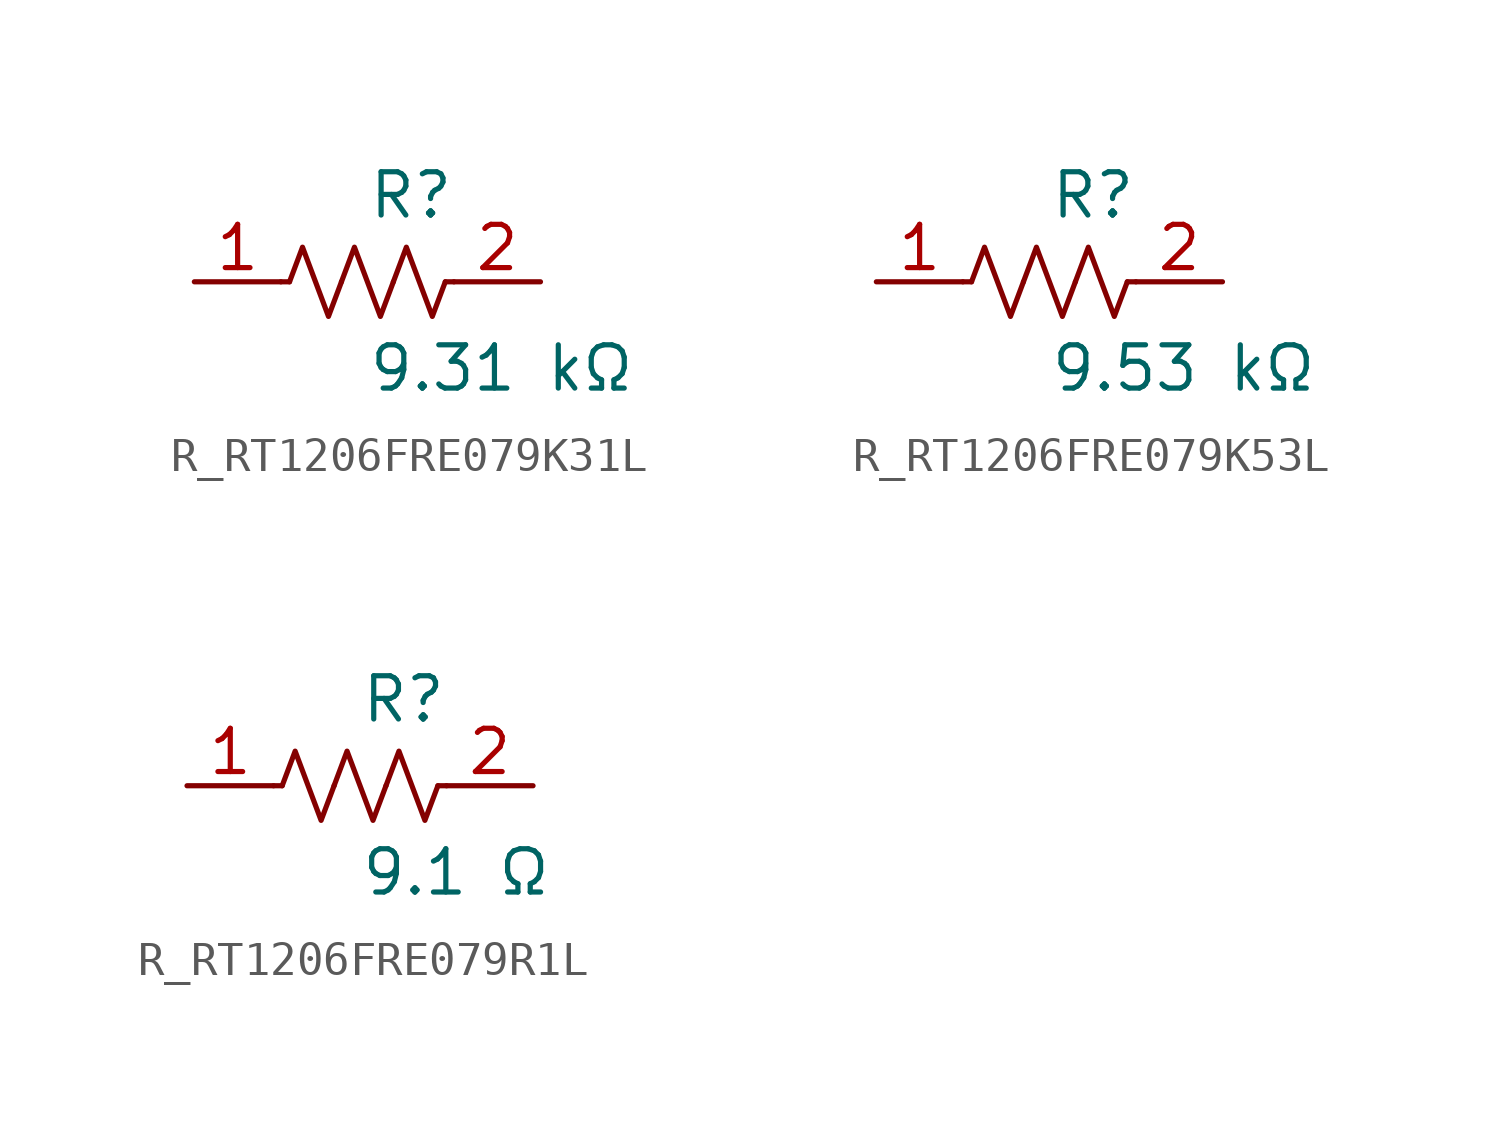
<source format=kicad_sym>
(kicad_symbol_lib
  (version 20231120)
  (generator kicad_symbol_editor)
  (generator_version 8.0)
  (symbol "R_RT1206FRE079K31L"
    (pin_names
      (offset 0.254))
    (property "Reference" "R"
      (at 0 2.54 0)
      (effects (font (size 1.27 1.27)) (justify left)))
    (property "Value" "9.31 kΩ"
      (at 0 -2.54 0)
      (effects (font (size 1.27 1.27)) (justify left)))
    (symbol "R_RT1206FRE079K31L_0_1"
      (polyline (pts (xy 2.286 0) (xy 2.54 0)) (stroke (width 0) (type default)) (fill (type none)))
      (polyline (pts (xy -2.286 0) (xy -2.54 0)) (stroke (width 0) (type default)) (fill (type none)))
      (polyline (pts (xy 0.762 0) (xy 1.143 1.016) (xy 1.524 0) (xy 1.905 -1.016) (xy 2.286 0)) (stroke (width 0) (type default)) (fill (type none)))
      (polyline (pts (xy -0.762 0) (xy -0.381 1.016) (xy 0 0) (xy 0.381 -1.016) (xy 0.762 0)) (stroke (width 0) (type default)) (fill (type none)))
      (polyline (pts (xy -2.286 0) (xy -1.905 1.016) (xy -1.524 0) (xy -1.143 -1.016) (xy -0.762 0)) (stroke (width 0) (type default)) (fill (type none))))
    (pin unspecified line
      (at -5.08 0 0)
      (length 2.54)
      (name "" (effects (font (size 1.27 1.27))))
      (number "1" (effects (font (size 1.27 1.27)))))
    (pin unspecified line
      (at 5.08 0 180)
      (length 2.54)
      (name "" (effects (font (size 1.27 1.27))))
      (number "2" (effects (font (size 1.27 1.27))))))
  (symbol "R_RT1206FRE079K53L"
    (pin_names
      (offset 0.254))
    (property "Reference" "R"
      (at 0 2.54 0)
      (effects (font (size 1.27 1.27)) (justify left)))
    (property "Value" "9.53 kΩ"
      (at 0 -2.54 0)
      (effects (font (size 1.27 1.27)) (justify left)))
    (symbol "R_RT1206FRE079K53L_0_1"
      (polyline (pts (xy 2.286 0) (xy 2.54 0)) (stroke (width 0) (type default)) (fill (type none)))
      (polyline (pts (xy -2.286 0) (xy -2.54 0)) (stroke (width 0) (type default)) (fill (type none)))
      (polyline (pts (xy 0.762 0) (xy 1.143 1.016) (xy 1.524 0) (xy 1.905 -1.016) (xy 2.286 0)) (stroke (width 0) (type default)) (fill (type none)))
      (polyline (pts (xy -0.762 0) (xy -0.381 1.016) (xy 0 0) (xy 0.381 -1.016) (xy 0.762 0)) (stroke (width 0) (type default)) (fill (type none)))
      (polyline (pts (xy -2.286 0) (xy -1.905 1.016) (xy -1.524 0) (xy -1.143 -1.016) (xy -0.762 0)) (stroke (width 0) (type default)) (fill (type none))))
    (pin unspecified line
      (at -5.08 0 0)
      (length 2.54)
      (name "" (effects (font (size 1.27 1.27))))
      (number "1" (effects (font (size 1.27 1.27)))))
    (pin unspecified line
      (at 5.08 0 180)
      (length 2.54)
      (name "" (effects (font (size 1.27 1.27))))
      (number "2" (effects (font (size 1.27 1.27))))))
  (symbol "R_RT1206FRE079R1L"
    (pin_names
      (offset 0.254))
    (property "Reference" "R"
      (at 0 2.54 0)
      (effects (font (size 1.27 1.27)) (justify left)))
    (property "Value" "9.1 Ω"
      (at 0 -2.54 0)
      (effects (font (size 1.27 1.27)) (justify left)))
    (symbol "R_RT1206FRE079R1L_0_1"
      (polyline (pts (xy 2.286 0) (xy 2.54 0)) (stroke (width 0) (type default)) (fill (type none)))
      (polyline (pts (xy -2.286 0) (xy -2.54 0)) (stroke (width 0) (type default)) (fill (type none)))
      (polyline (pts (xy 0.762 0) (xy 1.143 1.016) (xy 1.524 0) (xy 1.905 -1.016) (xy 2.286 0)) (stroke (width 0) (type default)) (fill (type none)))
      (polyline (pts (xy -0.762 0) (xy -0.381 1.016) (xy 0 0) (xy 0.381 -1.016) (xy 0.762 0)) (stroke (width 0) (type default)) (fill (type none)))
      (polyline (pts (xy -2.286 0) (xy -1.905 1.016) (xy -1.524 0) (xy -1.143 -1.016) (xy -0.762 0)) (stroke (width 0) (type default)) (fill (type none))))
    (pin unspecified line
      (at -5.08 0 0)
      (length 2.54)
      (name "" (effects (font (size 1.27 1.27))))
      (number "1" (effects (font (size 1.27 1.27)))))
    (pin unspecified line
      (at 5.08 0 180)
      (length 2.54)
      (name "" (effects (font (size 1.27 1.27))))
      (number "2" (effects (font (size 1.27 1.27)))))))
</source>
